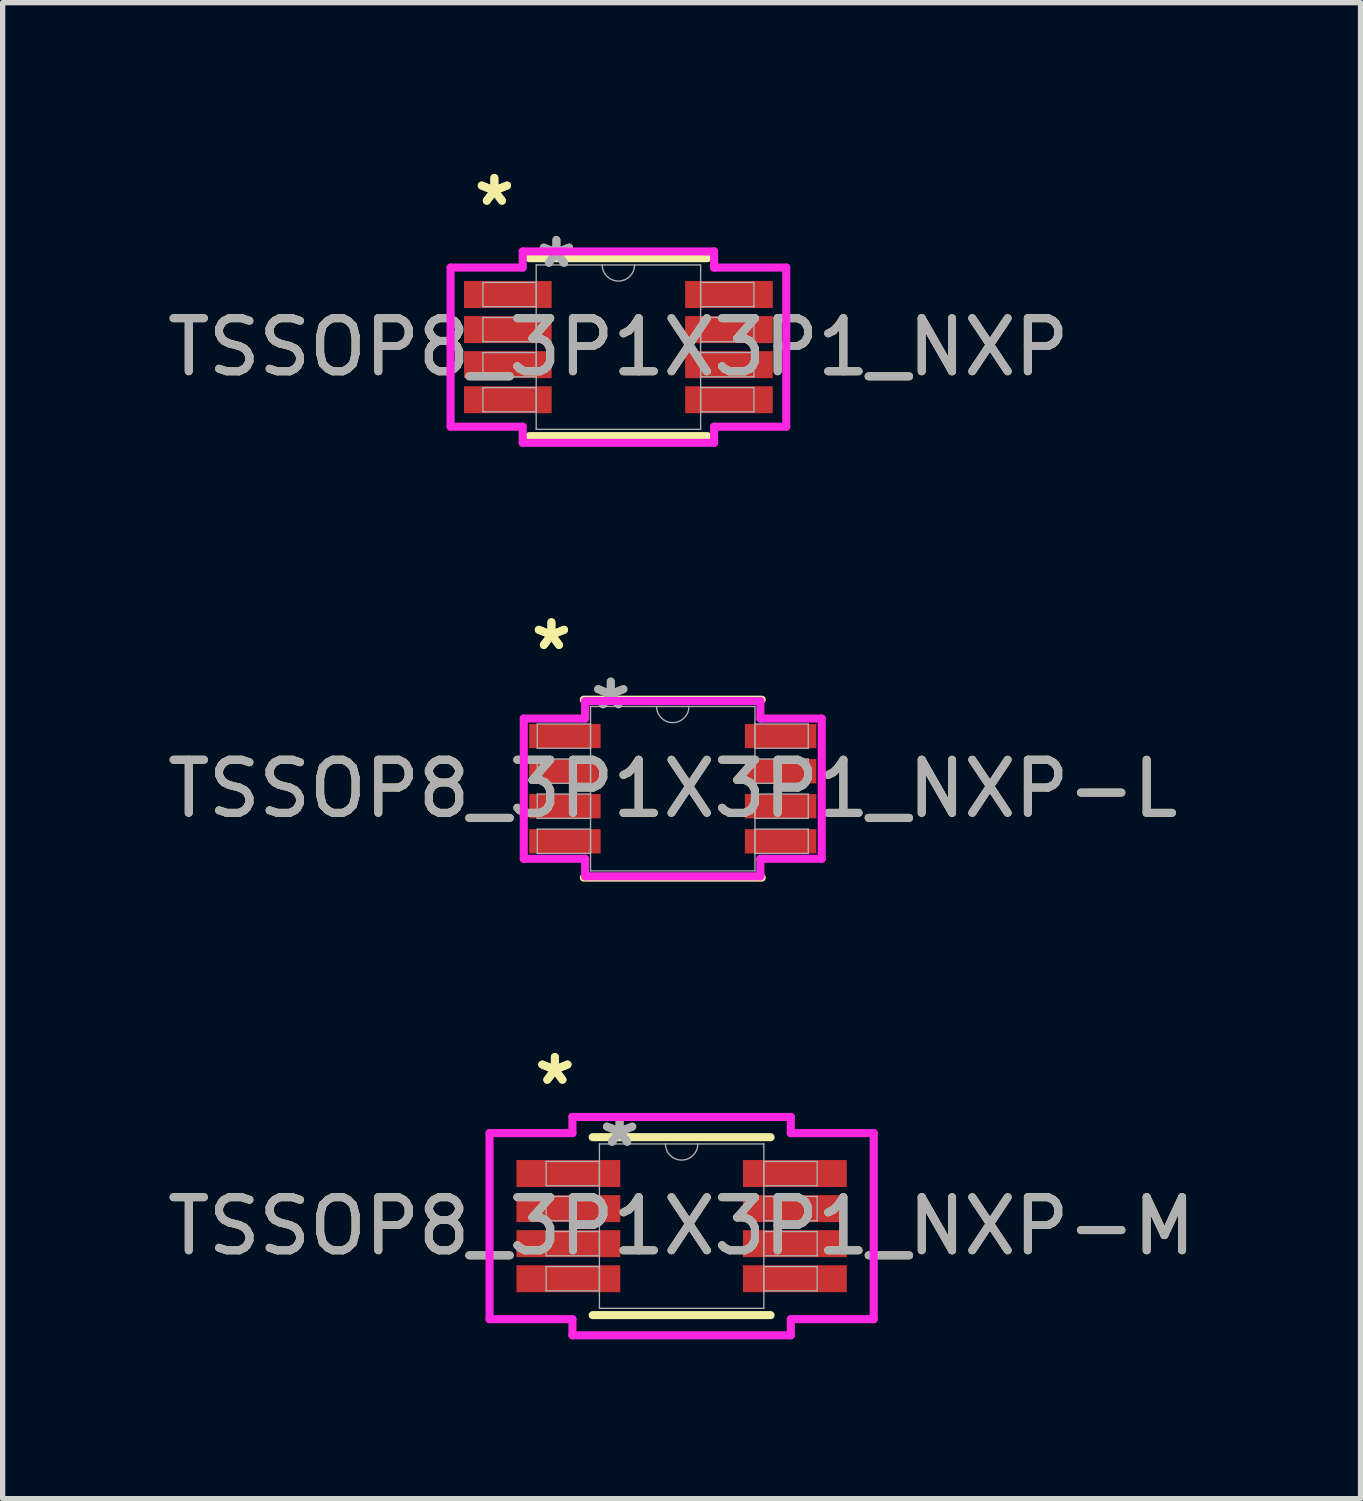
<source format=kicad_pcb>
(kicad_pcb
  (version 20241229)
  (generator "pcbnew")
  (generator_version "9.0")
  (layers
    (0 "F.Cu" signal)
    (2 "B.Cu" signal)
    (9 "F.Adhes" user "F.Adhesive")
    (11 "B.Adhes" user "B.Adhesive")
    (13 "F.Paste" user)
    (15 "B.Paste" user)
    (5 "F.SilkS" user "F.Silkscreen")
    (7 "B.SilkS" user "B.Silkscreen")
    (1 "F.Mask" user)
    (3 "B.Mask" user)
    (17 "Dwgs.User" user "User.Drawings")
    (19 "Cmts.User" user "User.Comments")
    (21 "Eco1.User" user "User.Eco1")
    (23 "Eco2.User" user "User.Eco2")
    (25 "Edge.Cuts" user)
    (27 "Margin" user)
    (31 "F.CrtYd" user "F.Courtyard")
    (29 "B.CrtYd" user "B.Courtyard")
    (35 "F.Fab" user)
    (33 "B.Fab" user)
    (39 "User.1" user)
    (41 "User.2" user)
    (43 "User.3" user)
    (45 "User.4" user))
  (footprint "TSSOP8_3P1X3P1_NXP"
    (layer "F.Cu")
    (at 8.601 3.49)
    (property "Reference" "TSSOP8_3P1X3P1_NXP" (at 0 0 0) (unlocked yes) (layer "F.SilkS") (effects (font (size 1 1) (thickness 0.15))))
    (attr smd)
    (fp_line (start -1.676 1.676) (end 1.676 1.676) (stroke (width 0.152) (type solid)) (layer "F.SilkS"))
    (fp_line (start 1.676 -1.676) (end -1.676 -1.676) (stroke (width 0.152) (type solid)) (layer "F.SilkS"))
    (fp_line (start -3.162 -1.499) (end -1.803 -1.499) (stroke (width 0.152) (type solid)) (layer "F.CrtYd"))
    (fp_line (start -3.162 1.499) (end -3.162 -1.499) (stroke (width 0.152) (type solid)) (layer "F.CrtYd"))
    (fp_line (start -3.162 1.499) (end -1.803 1.499) (stroke (width 0.152) (type solid)) (layer "F.CrtYd"))
    (fp_line (start -1.803 -1.803) (end 1.803 -1.803) (stroke (width 0.152) (type solid)) (layer "F.CrtYd"))
    (fp_line (start -1.803 -1.499) (end -1.803 -1.803) (stroke (width 0.152) (type solid)) (layer "F.CrtYd"))
    (fp_line (start -1.803 1.803) (end -1.803 1.499) (stroke (width 0.152) (type solid)) (layer "F.CrtYd"))
    (fp_line (start 1.803 -1.803) (end 1.803 -1.499) (stroke (width 0.152) (type solid)) (layer "F.CrtYd"))
    (fp_line (start 1.803 1.499) (end 1.803 1.803) (stroke (width 0.152) (type solid)) (layer "F.CrtYd"))
    (fp_line (start 1.803 1.803) (end -1.803 1.803) (stroke (width 0.152) (type solid)) (layer "F.CrtYd"))
    (fp_line (start 3.162 -1.499) (end 1.803 -1.499) (stroke (width 0.152) (type solid)) (layer "F.CrtYd"))
    (fp_line (start 3.162 -1.499) (end 3.162 1.499) (stroke (width 0.152) (type solid)) (layer "F.CrtYd"))
    (fp_line (start 3.162 1.499) (end 1.803 1.499) (stroke (width 0.152) (type solid)) (layer "F.CrtYd"))
    (fp_line (start -2.553 -1.219) (end -2.553 -0.762) (stroke (width 0.025) (type solid)) (layer "F.Fab"))
    (fp_line (start -2.553 -0.762) (end -1.549 -0.762) (stroke (width 0.025) (type solid)) (layer "F.Fab"))
    (fp_line (start -2.553 -0.559) (end -2.553 -0.102) (stroke (width 0.025) (type solid)) (layer "F.Fab"))
    (fp_line (start -2.553 -0.102) (end -1.549 -0.102) (stroke (width 0.025) (type solid)) (layer "F.Fab"))
    (fp_line (start -2.553 0.102) (end -2.553 0.559) (stroke (width 0.025) (type solid)) (layer "F.Fab"))
    (fp_line (start -2.553 0.559) (end -1.549 0.559) (stroke (width 0.025) (type solid)) (layer "F.Fab"))
    (fp_line (start -2.553 0.762) (end -2.553 1.219) (stroke (width 0.025) (type solid)) (layer "F.Fab"))
    (fp_line (start -2.553 1.219) (end -1.549 1.219) (stroke (width 0.025) (type solid)) (layer "F.Fab"))
    (fp_line (start -1.549 -1.549) (end -1.549 1.549) (stroke (width 0.025) (type solid)) (layer "F.Fab"))
    (fp_line (start -1.549 -1.219) (end -2.553 -1.219) (stroke (width 0.025) (type solid)) (layer "F.Fab"))
    (fp_line (start -1.549 -0.762) (end -1.549 -1.219) (stroke (width 0.025) (type solid)) (layer "F.Fab"))
    (fp_line (start -1.549 -0.559) (end -2.553 -0.559) (stroke (width 0.025) (type solid)) (layer "F.Fab"))
    (fp_line (start -1.549 -0.102) (end -1.549 -0.559) (stroke (width 0.025) (type solid)) (layer "F.Fab"))
    (fp_line (start -1.549 0.102) (end -2.553 0.102) (stroke (width 0.025) (type solid)) (layer "F.Fab"))
    (fp_line (start -1.549 0.559) (end -1.549 0.102) (stroke (width 0.025) (type solid)) (layer "F.Fab"))
    (fp_line (start -1.549 0.762) (end -2.553 0.762) (stroke (width 0.025) (type solid)) (layer "F.Fab"))
    (fp_line (start -1.549 1.219) (end -1.549 0.762) (stroke (width 0.025) (type solid)) (layer "F.Fab"))
    (fp_line (start -1.549 1.549) (end 1.549 1.549) (stroke (width 0.025) (type solid)) (layer "F.Fab"))
    (fp_line (start 1.549 -1.549) (end -1.549 -1.549) (stroke (width 0.025) (type solid)) (layer "F.Fab"))
    (fp_line (start 1.549 -1.219) (end 1.549 -0.762) (stroke (width 0.025) (type solid)) (layer "F.Fab"))
    (fp_line (start 1.549 -0.762) (end 2.553 -0.762) (stroke (width 0.025) (type solid)) (layer "F.Fab"))
    (fp_line (start 1.549 -0.559) (end 1.549 -0.102) (stroke (width 0.025) (type solid)) (layer "F.Fab"))
    (fp_line (start 1.549 -0.102) (end 2.553 -0.102) (stroke (width 0.025) (type solid)) (layer "F.Fab"))
    (fp_line (start 1.549 0.102) (end 1.549 0.559) (stroke (width 0.025) (type solid)) (layer "F.Fab"))
    (fp_line (start 1.549 0.559) (end 2.553 0.559) (stroke (width 0.025) (type solid)) (layer "F.Fab"))
    (fp_line (start 1.549 0.762) (end 1.549 1.219) (stroke (width 0.025) (type solid)) (layer "F.Fab"))
    (fp_line (start 1.549 1.219) (end 2.553 1.219) (stroke (width 0.025) (type solid)) (layer "F.Fab"))
    (fp_line (start 1.549 1.549) (end 1.549 -1.549) (stroke (width 0.025) (type solid)) (layer "F.Fab"))
    (fp_line (start 2.553 -1.219) (end 1.549 -1.219) (stroke (width 0.025) (type solid)) (layer "F.Fab"))
    (fp_line (start 2.553 -0.762) (end 2.553 -1.219) (stroke (width 0.025) (type solid)) (layer "F.Fab"))
    (fp_line (start 2.553 -0.559) (end 1.549 -0.559) (stroke (width 0.025) (type solid)) (layer "F.Fab"))
    (fp_line (start 2.553 -0.102) (end 2.553 -0.559) (stroke (width 0.025) (type solid)) (layer "F.Fab"))
    (fp_line (start 2.553 0.102) (end 1.549 0.102) (stroke (width 0.025) (type solid)) (layer "F.Fab"))
    (fp_line (start 2.553 0.559) (end 2.553 0.102) (stroke (width 0.025) (type solid)) (layer "F.Fab"))
    (fp_line (start 2.553 0.762) (end 1.549 0.762) (stroke (width 0.025) (type solid)) (layer "F.Fab"))
    (fp_line (start 2.553 1.219) (end 2.553 0.762) (stroke (width 0.025) (type solid)) (layer "F.Fab"))
    (fp_arc (start 0.3048 -1.5494) (mid 0 -1.2446) (end -0.3048 -1.5494) (stroke (width 0.0254) (type solid)) (layer "F.Fab"))
    (fp_text user "*" (at -2.337 -2.642 0) (unlocked yes) (layer "F.SilkS") (effects (font (size 1 1) (thickness 0.15))))
    (fp_text user "*" (at -2.337 -2.642 0) (layer "F.SilkS") (effects (font (size 1 1) (thickness 0.15))))
    (fp_text user "${REFERENCE}" (at 0 0 0) (unlocked yes) (layer "F.Fab") (effects (font (size 1 1) (thickness 0.15))))
    (fp_text user "*" (at -1.168 -1.473 0) (layer "F.Fab") (effects (font (size 1 1) (thickness 0.15))))
    (fp_text user "*" (at -1.168 -1.473 0) (unlocked yes) (layer "F.Fab") (effects (font (size 1 1) (thickness 0.15))))
    (pad "1" smd rect (at -2.083 -0.991) (size 1.651 0.508) (layers "F.Cu" "F.Mask" "F.Paste"))
    (pad "2" smd rect (at -2.083 -0.33) (size 1.651 0.508) (layers "F.Cu" "F.Mask" "F.Paste"))
    (pad "3" smd rect (at -2.083 0.33) (size 1.651 0.508) (layers "F.Cu" "F.Mask" "F.Paste"))
    (pad "4" smd rect (at -2.083 0.991) (size 1.651 0.508) (layers "F.Cu" "F.Mask" "F.Paste"))
    (pad "5" smd rect (at 2.083 0.991) (size 1.651 0.508) (layers "F.Cu" "F.Mask" "F.Paste"))
    (pad "6" smd rect (at 2.083 0.33) (size 1.651 0.508) (layers "F.Cu" "F.Mask" "F.Paste"))
    (pad "7" smd rect (at 2.083 -0.33) (size 1.651 0.508) (layers "F.Cu" "F.Mask" "F.Paste"))
    (pad "8" smd rect (at 2.083 -0.991) (size 1.651 0.508) (layers "F.Cu" "F.Mask" "F.Paste")))
  (footprint "TSSOP8_3P1X3P1_NXP-L"
    (layer "F.Cu")
    (at 9.625 11.809)
    (property "Reference" "TSSOP8_3P1X3P1_NXP-L" (at 0 0 0) (unlocked yes) (layer "F.SilkS") (effects (font (size 1 1) (thickness 0.15))))
    (attr smd)
    (fp_line (start -1.676 1.676) (end 1.676 1.676) (stroke (width 0.152) (type solid)) (layer "F.SilkS"))
    (fp_line (start 1.676 -1.676) (end -1.676 -1.676) (stroke (width 0.152) (type solid)) (layer "F.SilkS"))
    (fp_line (start -2.807 -1.321) (end -1.651 -1.321) (stroke (width 0.152) (type solid)) (layer "F.CrtYd"))
    (fp_line (start -2.807 1.321) (end -2.807 -1.321) (stroke (width 0.152) (type solid)) (layer "F.CrtYd"))
    (fp_line (start -2.807 1.321) (end -1.651 1.321) (stroke (width 0.152) (type solid)) (layer "F.CrtYd"))
    (fp_line (start -1.651 -1.651) (end 1.651 -1.651) (stroke (width 0.152) (type solid)) (layer "F.CrtYd"))
    (fp_line (start -1.651 -1.321) (end -1.651 -1.651) (stroke (width 0.152) (type solid)) (layer "F.CrtYd"))
    (fp_line (start -1.651 1.651) (end -1.651 1.321) (stroke (width 0.152) (type solid)) (layer "F.CrtYd"))
    (fp_line (start 1.651 -1.651) (end 1.651 -1.321) (stroke (width 0.152) (type solid)) (layer "F.CrtYd"))
    (fp_line (start 1.651 1.321) (end 1.651 1.651) (stroke (width 0.152) (type solid)) (layer "F.CrtYd"))
    (fp_line (start 1.651 1.651) (end -1.651 1.651) (stroke (width 0.152) (type solid)) (layer "F.CrtYd"))
    (fp_line (start 2.807 -1.321) (end 1.651 -1.321) (stroke (width 0.152) (type solid)) (layer "F.CrtYd"))
    (fp_line (start 2.807 -1.321) (end 2.807 1.321) (stroke (width 0.152) (type solid)) (layer "F.CrtYd"))
    (fp_line (start 2.807 1.321) (end 1.651 1.321) (stroke (width 0.152) (type solid)) (layer "F.CrtYd"))
    (fp_line (start -2.553 -1.219) (end -2.553 -0.762) (stroke (width 0.025) (type solid)) (layer "F.Fab"))
    (fp_line (start -2.553 -0.762) (end -1.549 -0.762) (stroke (width 0.025) (type solid)) (layer "F.Fab"))
    (fp_line (start -2.553 -0.559) (end -2.553 -0.102) (stroke (width 0.025) (type solid)) (layer "F.Fab"))
    (fp_line (start -2.553 -0.102) (end -1.549 -0.102) (stroke (width 0.025) (type solid)) (layer "F.Fab"))
    (fp_line (start -2.553 0.102) (end -2.553 0.559) (stroke (width 0.025) (type solid)) (layer "F.Fab"))
    (fp_line (start -2.553 0.559) (end -1.549 0.559) (stroke (width 0.025) (type solid)) (layer "F.Fab"))
    (fp_line (start -2.553 0.762) (end -2.553 1.219) (stroke (width 0.025) (type solid)) (layer "F.Fab"))
    (fp_line (start -2.553 1.219) (end -1.549 1.219) (stroke (width 0.025) (type solid)) (layer "F.Fab"))
    (fp_line (start -1.549 -1.549) (end -1.549 1.549) (stroke (width 0.025) (type solid)) (layer "F.Fab"))
    (fp_line (start -1.549 -1.219) (end -2.553 -1.219) (stroke (width 0.025) (type solid)) (layer "F.Fab"))
    (fp_line (start -1.549 -0.762) (end -1.549 -1.219) (stroke (width 0.025) (type solid)) (layer "F.Fab"))
    (fp_line (start -1.549 -0.559) (end -2.553 -0.559) (stroke (width 0.025) (type solid)) (layer "F.Fab"))
    (fp_line (start -1.549 -0.102) (end -1.549 -0.559) (stroke (width 0.025) (type solid)) (layer "F.Fab"))
    (fp_line (start -1.549 0.102) (end -2.553 0.102) (stroke (width 0.025) (type solid)) (layer "F.Fab"))
    (fp_line (start -1.549 0.559) (end -1.549 0.102) (stroke (width 0.025) (type solid)) (layer "F.Fab"))
    (fp_line (start -1.549 0.762) (end -2.553 0.762) (stroke (width 0.025) (type solid)) (layer "F.Fab"))
    (fp_line (start -1.549 1.219) (end -1.549 0.762) (stroke (width 0.025) (type solid)) (layer "F.Fab"))
    (fp_line (start -1.549 1.549) (end 1.549 1.549) (stroke (width 0.025) (type solid)) (layer "F.Fab"))
    (fp_line (start 1.549 -1.549) (end -1.549 -1.549) (stroke (width 0.025) (type solid)) (layer "F.Fab"))
    (fp_line (start 1.549 -1.219) (end 1.549 -0.762) (stroke (width 0.025) (type solid)) (layer "F.Fab"))
    (fp_line (start 1.549 -0.762) (end 2.553 -0.762) (stroke (width 0.025) (type solid)) (layer "F.Fab"))
    (fp_line (start 1.549 -0.559) (end 1.549 -0.102) (stroke (width 0.025) (type solid)) (layer "F.Fab"))
    (fp_line (start 1.549 -0.102) (end 2.553 -0.102) (stroke (width 0.025) (type solid)) (layer "F.Fab"))
    (fp_line (start 1.549 0.102) (end 1.549 0.559) (stroke (width 0.025) (type solid)) (layer "F.Fab"))
    (fp_line (start 1.549 0.559) (end 2.553 0.559) (stroke (width 0.025) (type solid)) (layer "F.Fab"))
    (fp_line (start 1.549 0.762) (end 1.549 1.219) (stroke (width 0.025) (type solid)) (layer "F.Fab"))
    (fp_line (start 1.549 1.219) (end 2.553 1.219) (stroke (width 0.025) (type solid)) (layer "F.Fab"))
    (fp_line (start 1.549 1.549) (end 1.549 -1.549) (stroke (width 0.025) (type solid)) (layer "F.Fab"))
    (fp_line (start 2.553 -1.219) (end 1.549 -1.219) (stroke (width 0.025) (type solid)) (layer "F.Fab"))
    (fp_line (start 2.553 -0.762) (end 2.553 -1.219) (stroke (width 0.025) (type solid)) (layer "F.Fab"))
    (fp_line (start 2.553 -0.559) (end 1.549 -0.559) (stroke (width 0.025) (type solid)) (layer "F.Fab"))
    (fp_line (start 2.553 -0.102) (end 2.553 -0.559) (stroke (width 0.025) (type solid)) (layer "F.Fab"))
    (fp_line (start 2.553 0.102) (end 1.549 0.102) (stroke (width 0.025) (type solid)) (layer "F.Fab"))
    (fp_line (start 2.553 0.559) (end 2.553 0.102) (stroke (width 0.025) (type solid)) (layer "F.Fab"))
    (fp_line (start 2.553 0.762) (end 1.549 0.762) (stroke (width 0.025) (type solid)) (layer "F.Fab"))
    (fp_line (start 2.553 1.219) (end 2.553 0.762) (stroke (width 0.025) (type solid)) (layer "F.Fab"))
    (fp_arc (start 0.3048 -1.5494) (mid 0 -1.2446) (end -0.3048 -1.5494) (stroke (width 0.0254) (type solid)) (layer "F.Fab"))
    (fp_text user "*" (at -2.286 -2.591 0) (layer "F.SilkS") (effects (font (size 1 1) (thickness 0.15))))
    (fp_text user "*" (at -2.286 -2.591 0) (unlocked yes) (layer "F.SilkS") (effects (font (size 1 1) (thickness 0.15))))
    (fp_text user "*" (at -1.168 -1.473 0) (layer "F.Fab") (effects (font (size 1 1) (thickness 0.15))))
    (fp_text user "${REFERENCE}" (at 0 0 0) (unlocked yes) (layer "F.Fab") (effects (font (size 1 1) (thickness 0.15))))
    (fp_text user "*" (at -1.168 -1.473 0) (unlocked yes) (layer "F.Fab") (effects (font (size 1 1) (thickness 0.15))))
    (pad "1" smd rect (at -2.032 -0.991) (size 1.346 0.457) (layers "F.Cu" "F.Mask" "F.Paste"))
    (pad "2" smd rect (at -2.032 -0.33) (size 1.346 0.457) (layers "F.Cu" "F.Mask" "F.Paste"))
    (pad "3" smd rect (at -2.032 0.33) (size 1.346 0.457) (layers "F.Cu" "F.Mask" "F.Paste"))
    (pad "4" smd rect (at -2.032 0.991) (size 1.346 0.457) (layers "F.Cu" "F.Mask" "F.Paste"))
    (pad "5" smd rect (at 2.032 0.991) (size 1.346 0.457) (layers "F.Cu" "F.Mask" "F.Paste"))
    (pad "6" smd rect (at 2.032 0.33) (size 1.346 0.457) (layers "F.Cu" "F.Mask" "F.Paste"))
    (pad "7" smd rect (at 2.032 -0.33) (size 1.346 0.457) (layers "F.Cu" "F.Mask" "F.Paste"))
    (pad "8" smd rect (at 2.032 -0.991) (size 1.346 0.457) (layers "F.Cu" "F.Mask" "F.Paste")))
  (footprint "TSSOP8_3P1X3P1_NXP-M"
    (layer "F.Cu")
    (at 9.792 20.051)
    (property "Reference" "TSSOP8_3P1X3P1_NXP-M" (at 0 0 0) (unlocked yes) (layer "F.SilkS") (effects (font (size 1 1) (thickness 0.15))))
    (attr smd)
    (fp_line (start -1.676 1.676) (end 1.676 1.676) (stroke (width 0.152) (type solid)) (layer "F.SilkS"))
    (fp_line (start 1.676 -1.676) (end -1.676 -1.676) (stroke (width 0.152) (type solid)) (layer "F.SilkS"))
    (fp_line (start -3.619 -1.753) (end -2.057 -1.753) (stroke (width 0.152) (type solid)) (layer "F.CrtYd"))
    (fp_line (start -3.619 1.753) (end -3.619 -1.753) (stroke (width 0.152) (type solid)) (layer "F.CrtYd"))
    (fp_line (start -3.619 1.753) (end -2.057 1.753) (stroke (width 0.152) (type solid)) (layer "F.CrtYd"))
    (fp_line (start -2.057 -2.057) (end 2.057 -2.057) (stroke (width 0.152) (type solid)) (layer "F.CrtYd"))
    (fp_line (start -2.057 -1.753) (end -2.057 -2.057) (stroke (width 0.152) (type solid)) (layer "F.CrtYd"))
    (fp_line (start -2.057 2.057) (end -2.057 1.753) (stroke (width 0.152) (type solid)) (layer "F.CrtYd"))
    (fp_line (start 2.057 -2.057) (end 2.057 -1.753) (stroke (width 0.152) (type solid)) (layer "F.CrtYd"))
    (fp_line (start 2.057 1.753) (end 2.057 2.057) (stroke (width 0.152) (type solid)) (layer "F.CrtYd"))
    (fp_line (start 2.057 2.057) (end -2.057 2.057) (stroke (width 0.152) (type solid)) (layer "F.CrtYd"))
    (fp_line (start 3.619 -1.753) (end 2.057 -1.753) (stroke (width 0.152) (type solid)) (layer "F.CrtYd"))
    (fp_line (start 3.619 -1.753) (end 3.619 1.753) (stroke (width 0.152) (type solid)) (layer "F.CrtYd"))
    (fp_line (start 3.619 1.753) (end 2.057 1.753) (stroke (width 0.152) (type solid)) (layer "F.CrtYd"))
    (fp_line (start -2.553 -1.219) (end -2.553 -0.762) (stroke (width 0.025) (type solid)) (layer "F.Fab"))
    (fp_line (start -2.553 -0.762) (end -1.549 -0.762) (stroke (width 0.025) (type solid)) (layer "F.Fab"))
    (fp_line (start -2.553 -0.559) (end -2.553 -0.102) (stroke (width 0.025) (type solid)) (layer "F.Fab"))
    (fp_line (start -2.553 -0.102) (end -1.549 -0.102) (stroke (width 0.025) (type solid)) (layer "F.Fab"))
    (fp_line (start -2.553 0.102) (end -2.553 0.559) (stroke (width 0.025) (type solid)) (layer "F.Fab"))
    (fp_line (start -2.553 0.559) (end -1.549 0.559) (stroke (width 0.025) (type solid)) (layer "F.Fab"))
    (fp_line (start -2.553 0.762) (end -2.553 1.219) (stroke (width 0.025) (type solid)) (layer "F.Fab"))
    (fp_line (start -2.553 1.219) (end -1.549 1.219) (stroke (width 0.025) (type solid)) (layer "F.Fab"))
    (fp_line (start -1.549 -1.549) (end -1.549 1.549) (stroke (width 0.025) (type solid)) (layer "F.Fab"))
    (fp_line (start -1.549 -1.219) (end -2.553 -1.219) (stroke (width 0.025) (type solid)) (layer "F.Fab"))
    (fp_line (start -1.549 -0.762) (end -1.549 -1.219) (stroke (width 0.025) (type solid)) (layer "F.Fab"))
    (fp_line (start -1.549 -0.559) (end -2.553 -0.559) (stroke (width 0.025) (type solid)) (layer "F.Fab"))
    (fp_line (start -1.549 -0.102) (end -1.549 -0.559) (stroke (width 0.025) (type solid)) (layer "F.Fab"))
    (fp_line (start -1.549 0.102) (end -2.553 0.102) (stroke (width 0.025) (type solid)) (layer "F.Fab"))
    (fp_line (start -1.549 0.559) (end -1.549 0.102) (stroke (width 0.025) (type solid)) (layer "F.Fab"))
    (fp_line (start -1.549 0.762) (end -2.553 0.762) (stroke (width 0.025) (type solid)) (layer "F.Fab"))
    (fp_line (start -1.549 1.219) (end -1.549 0.762) (stroke (width 0.025) (type solid)) (layer "F.Fab"))
    (fp_line (start -1.549 1.549) (end 1.549 1.549) (stroke (width 0.025) (type solid)) (layer "F.Fab"))
    (fp_line (start 1.549 -1.549) (end -1.549 -1.549) (stroke (width 0.025) (type solid)) (layer "F.Fab"))
    (fp_line (start 1.549 -1.219) (end 1.549 -0.762) (stroke (width 0.025) (type solid)) (layer "F.Fab"))
    (fp_line (start 1.549 -0.762) (end 2.553 -0.762) (stroke (width 0.025) (type solid)) (layer "F.Fab"))
    (fp_line (start 1.549 -0.559) (end 1.549 -0.102) (stroke (width 0.025) (type solid)) (layer "F.Fab"))
    (fp_line (start 1.549 -0.102) (end 2.553 -0.102) (stroke (width 0.025) (type solid)) (layer "F.Fab"))
    (fp_line (start 1.549 0.102) (end 1.549 0.559) (stroke (width 0.025) (type solid)) (layer "F.Fab"))
    (fp_line (start 1.549 0.559) (end 2.553 0.559) (stroke (width 0.025) (type solid)) (layer "F.Fab"))
    (fp_line (start 1.549 0.762) (end 1.549 1.219) (stroke (width 0.025) (type solid)) (layer "F.Fab"))
    (fp_line (start 1.549 1.219) (end 2.553 1.219) (stroke (width 0.025) (type solid)) (layer "F.Fab"))
    (fp_line (start 1.549 1.549) (end 1.549 -1.549) (stroke (width 0.025) (type solid)) (layer "F.Fab"))
    (fp_line (start 2.553 -1.219) (end 1.549 -1.219) (stroke (width 0.025) (type solid)) (layer "F.Fab"))
    (fp_line (start 2.553 -0.762) (end 2.553 -1.219) (stroke (width 0.025) (type solid)) (layer "F.Fab"))
    (fp_line (start 2.553 -0.559) (end 1.549 -0.559) (stroke (width 0.025) (type solid)) (layer "F.Fab"))
    (fp_line (start 2.553 -0.102) (end 2.553 -0.559) (stroke (width 0.025) (type solid)) (layer "F.Fab"))
    (fp_line (start 2.553 0.102) (end 1.549 0.102) (stroke (width 0.025) (type solid)) (layer "F.Fab"))
    (fp_line (start 2.553 0.559) (end 2.553 0.102) (stroke (width 0.025) (type solid)) (layer "F.Fab"))
    (fp_line (start 2.553 0.762) (end 1.549 0.762) (stroke (width 0.025) (type solid)) (layer "F.Fab"))
    (fp_line (start 2.553 1.219) (end 2.553 0.762) (stroke (width 0.025) (type solid)) (layer "F.Fab"))
    (fp_arc (start 0.3048 -1.5494) (mid 0 -1.2446) (end -0.3048 -1.5494) (stroke (width 0.0254) (type solid)) (layer "F.Fab"))
    (fp_text user "*" (at -2.388 -2.642 0) (layer "F.SilkS") (effects (font (size 1 1) (thickness 0.15))))
    (fp_text user "*" (at -2.388 -2.642 0) (unlocked yes) (layer "F.SilkS") (effects (font (size 1 1) (thickness 0.15))))
    (fp_text user "*" (at -1.168 -1.473 0) (unlocked yes) (layer "F.Fab") (effects (font (size 1 1) (thickness 0.15))))
    (fp_text user "${REFERENCE}" (at 0 0 0) (unlocked yes) (layer "F.Fab") (effects (font (size 1 1) (thickness 0.15))))
    (fp_text user "*" (at -1.168 -1.473 0) (layer "F.Fab") (effects (font (size 1 1) (thickness 0.15))))
    (pad "1" smd rect (at -2.134 -0.991) (size 1.956 0.508) (layers "F.Cu" "F.Mask" "F.Paste"))
    (pad "2" smd rect (at -2.134 -0.33) (size 1.956 0.508) (layers "F.Cu" "F.Mask" "F.Paste"))
    (pad "3" smd rect (at -2.134 0.33) (size 1.956 0.508) (layers "F.Cu" "F.Mask" "F.Paste"))
    (pad "4" smd rect (at -2.134 0.991) (size 1.956 0.508) (layers "F.Cu" "F.Mask" "F.Paste"))
    (pad "5" smd rect (at 2.134 0.991) (size 1.956 0.508) (layers "F.Cu" "F.Mask" "F.Paste"))
    (pad "6" smd rect (at 2.134 0.33) (size 1.956 0.508) (layers "F.Cu" "F.Mask" "F.Paste"))
    (pad "7" smd rect (at 2.134 -0.33) (size 1.956 0.508) (layers "F.Cu" "F.Mask" "F.Paste"))
    (pad "8" smd rect (at 2.134 -0.991) (size 1.956 0.508) (layers "F.Cu" "F.Mask" "F.Paste")))
  (gr_rect
    (start -3 -3)
    (end 22.583 25.185)
    (stroke (width 0.1) (type default))
    (fill no)
    (layer "Edge.Cuts")))
</source>
